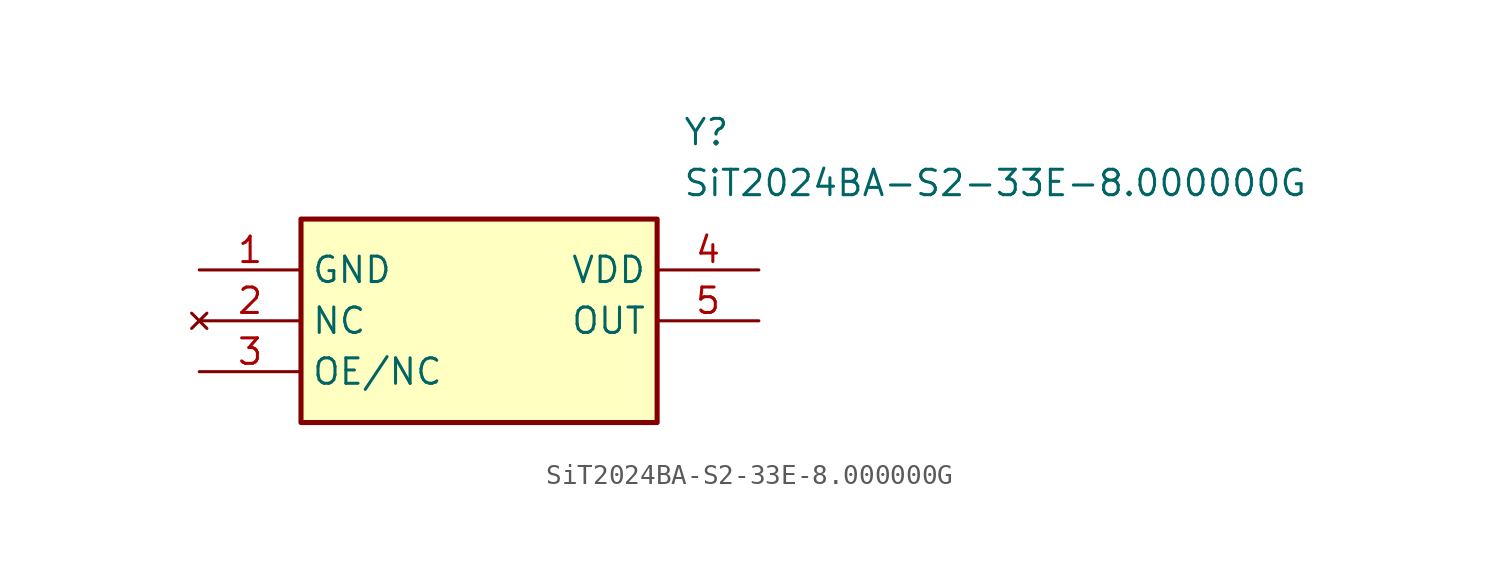
<source format=kicad_sym>
(kicad_symbol_lib
  (version 20211014)
  (generator SamacSys_ECAD_Model)
  (symbol "SiT2024BA-S2-33E-8.000000G"
    (property "Reference" "Y"
      (at 24.13 7.62 0)
      (effects (font (size 1.27 1.27)) (justify left top)))
    (property "Value" "SiT2024BA-S2-33E-8.000000G"
      (at 24.13 5.08 0)
      (effects (font (size 1.27 1.27)) (justify left top)))
    (rectangle
      (start 5.08 2.54)
      (end 22.86 -7.62)
      (stroke (width 0.254) (type default))
      (fill (type background)))
    (pin power_in line
      (at 0 0 0)
      (length 5.08)
      (name "GND" (effects (font (size 1.27 1.27))))
      (number "1" (effects (font (size 1.27 1.27)))))
    (pin no_connect line
      (at 0 -2.54 0)
      (length 5.08)
      (name "NC" (effects (font (size 1.27 1.27))))
      (number "2" (effects (font (size 1.27 1.27)))))
    (pin input line
      (at 0 -5.08 0)
      (length 5.08)
      (name "OE/NC" (effects (font (size 1.27 1.27))))
      (number "3" (effects (font (size 1.27 1.27)))))
    (pin power_in line
      (at 27.94 0 180)
      (length 5.08)
      (name "VDD" (effects (font (size 1.27 1.27))))
      (number "4" (effects (font (size 1.27 1.27)))))
    (pin output line
      (at 27.94 -2.54 180)
      (length 5.08)
      (name "OUT" (effects (font (size 1.27 1.27))))
      (number "5" (effects (font (size 1.27 1.27)))))))
</source>
